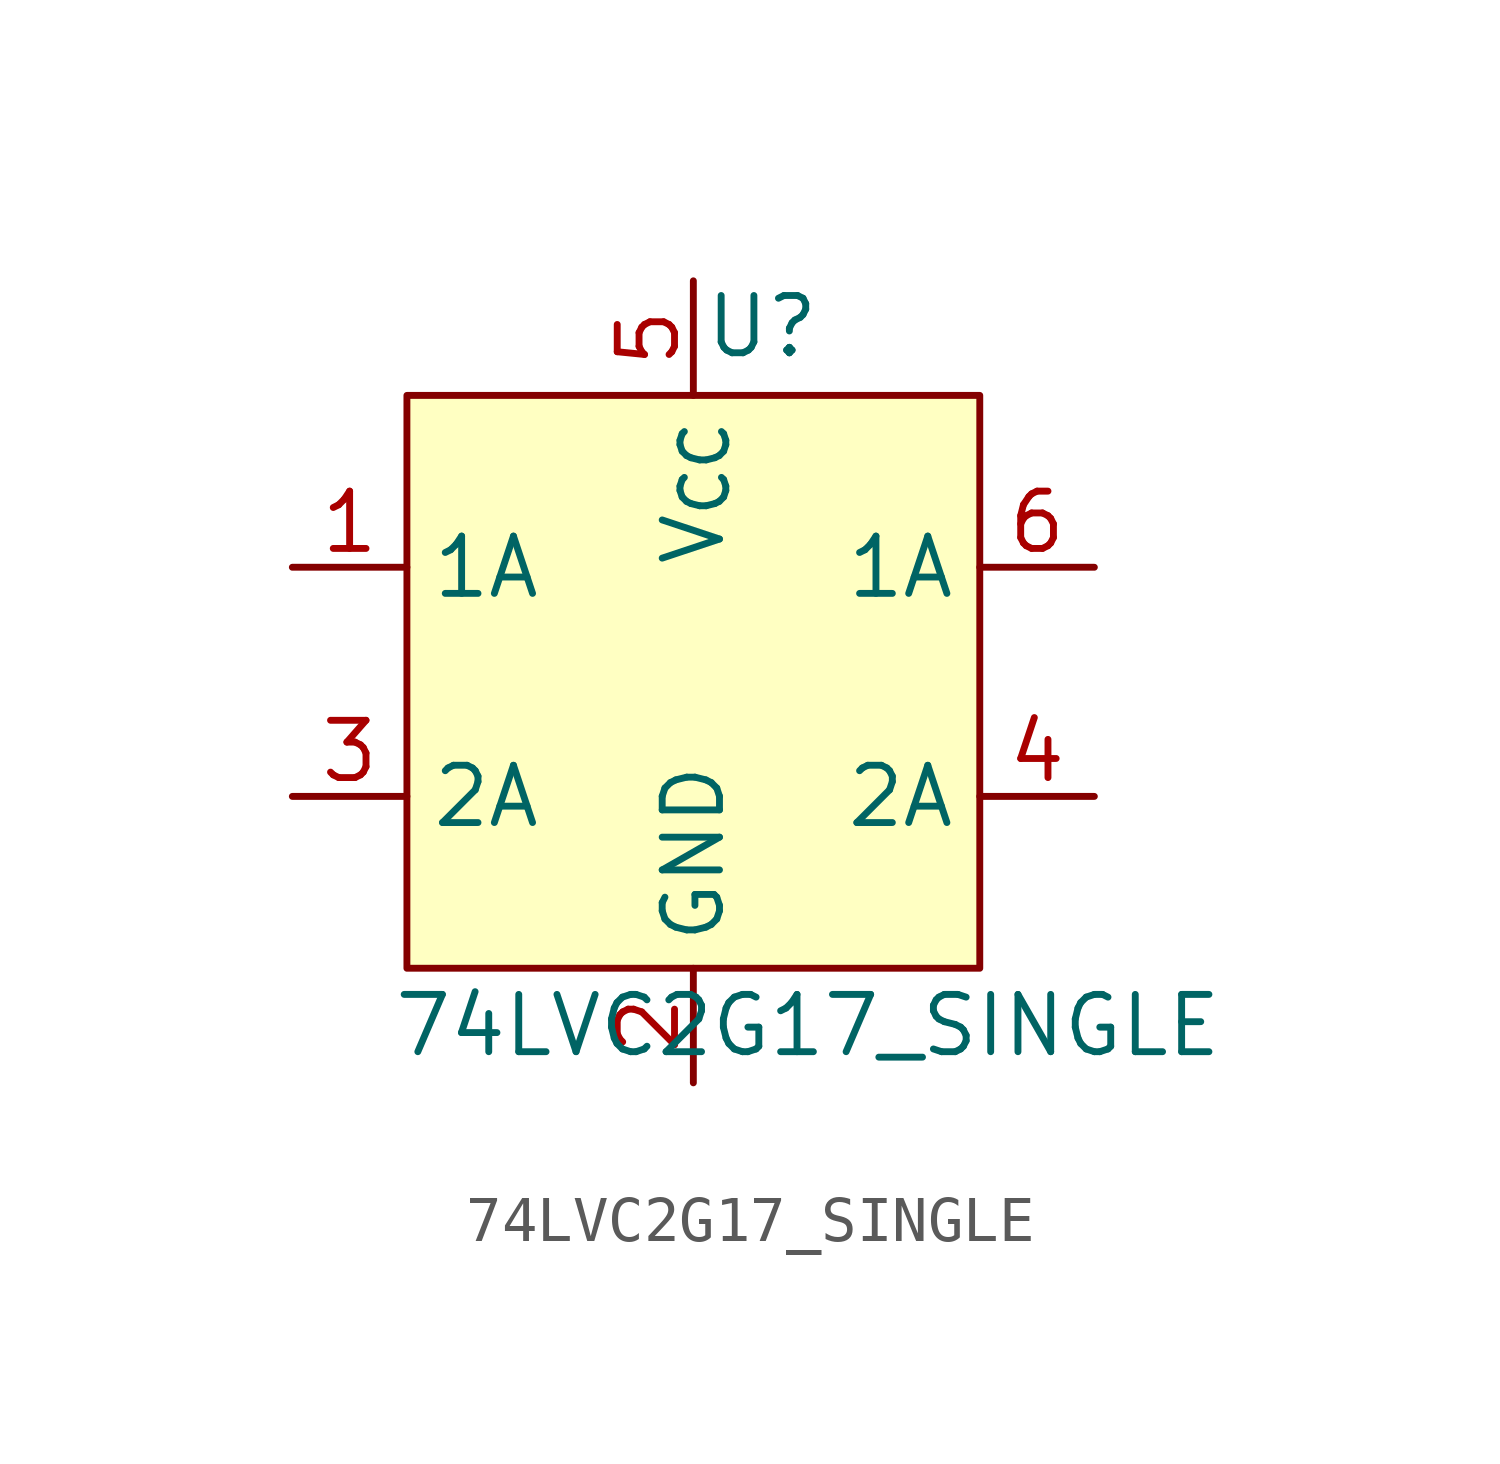
<source format=kicad_sym>
(kicad_symbol_lib
  (version 20241209)
  (generator "kicad_symbol_editor")
  (generator_version "9.0")
  (symbol "74LVC2G17_SINGLE"
    (property "Reference" "U"
      (at 1.524 7.874 0)
      (effects (font (size 1.27 1.27))))
    (property "Value" "74LVC2G17_SINGLE"
      (at 2.54 -7.62 0)
      (effects (font (size 1.27 1.27))))
    (symbol "74LVC2G17_SINGLE_1_1"
      (rectangle (start -6.35 6.35) (end 6.35 -6.35) (stroke (width 0) (type solid)) (fill (type background)))
      (pin input line (at -8.89 2.54 0) (length 2.54) (name "1A" (effects (font (size 1.27 1.27)))) (number "1" (effects (font (size 1.27 1.27)))))
      (pin input line (at -8.89 -2.54 0) (length 2.54) (name "2A" (effects (font (size 1.27 1.27)))) (number "3" (effects (font (size 1.27 1.27)))))
      (pin power_in line (at 0 8.89 270) (length 2.54) (name "V_{CC}" (effects (font (size 1.27 1.27)))) (number "5" (effects (font (size 1.27 1.27)))))
      (pin power_in line (at 0 -8.89 90) (length 2.54) (name "GND" (effects (font (size 1.27 1.27)))) (number "2" (effects (font (size 1.27 1.27)))))
      (pin output line (at 8.89 2.54 180) (length 2.54) (name "1A" (effects (font (size 1.27 1.27)))) (number "6" (effects (font (size 1.27 1.27)))))
      (pin output line (at 8.89 -2.54 180) (length 2.54) (name "2A" (effects (font (size 1.27 1.27)))) (number "4" (effects (font (size 1.27 1.27))))))))
</source>
